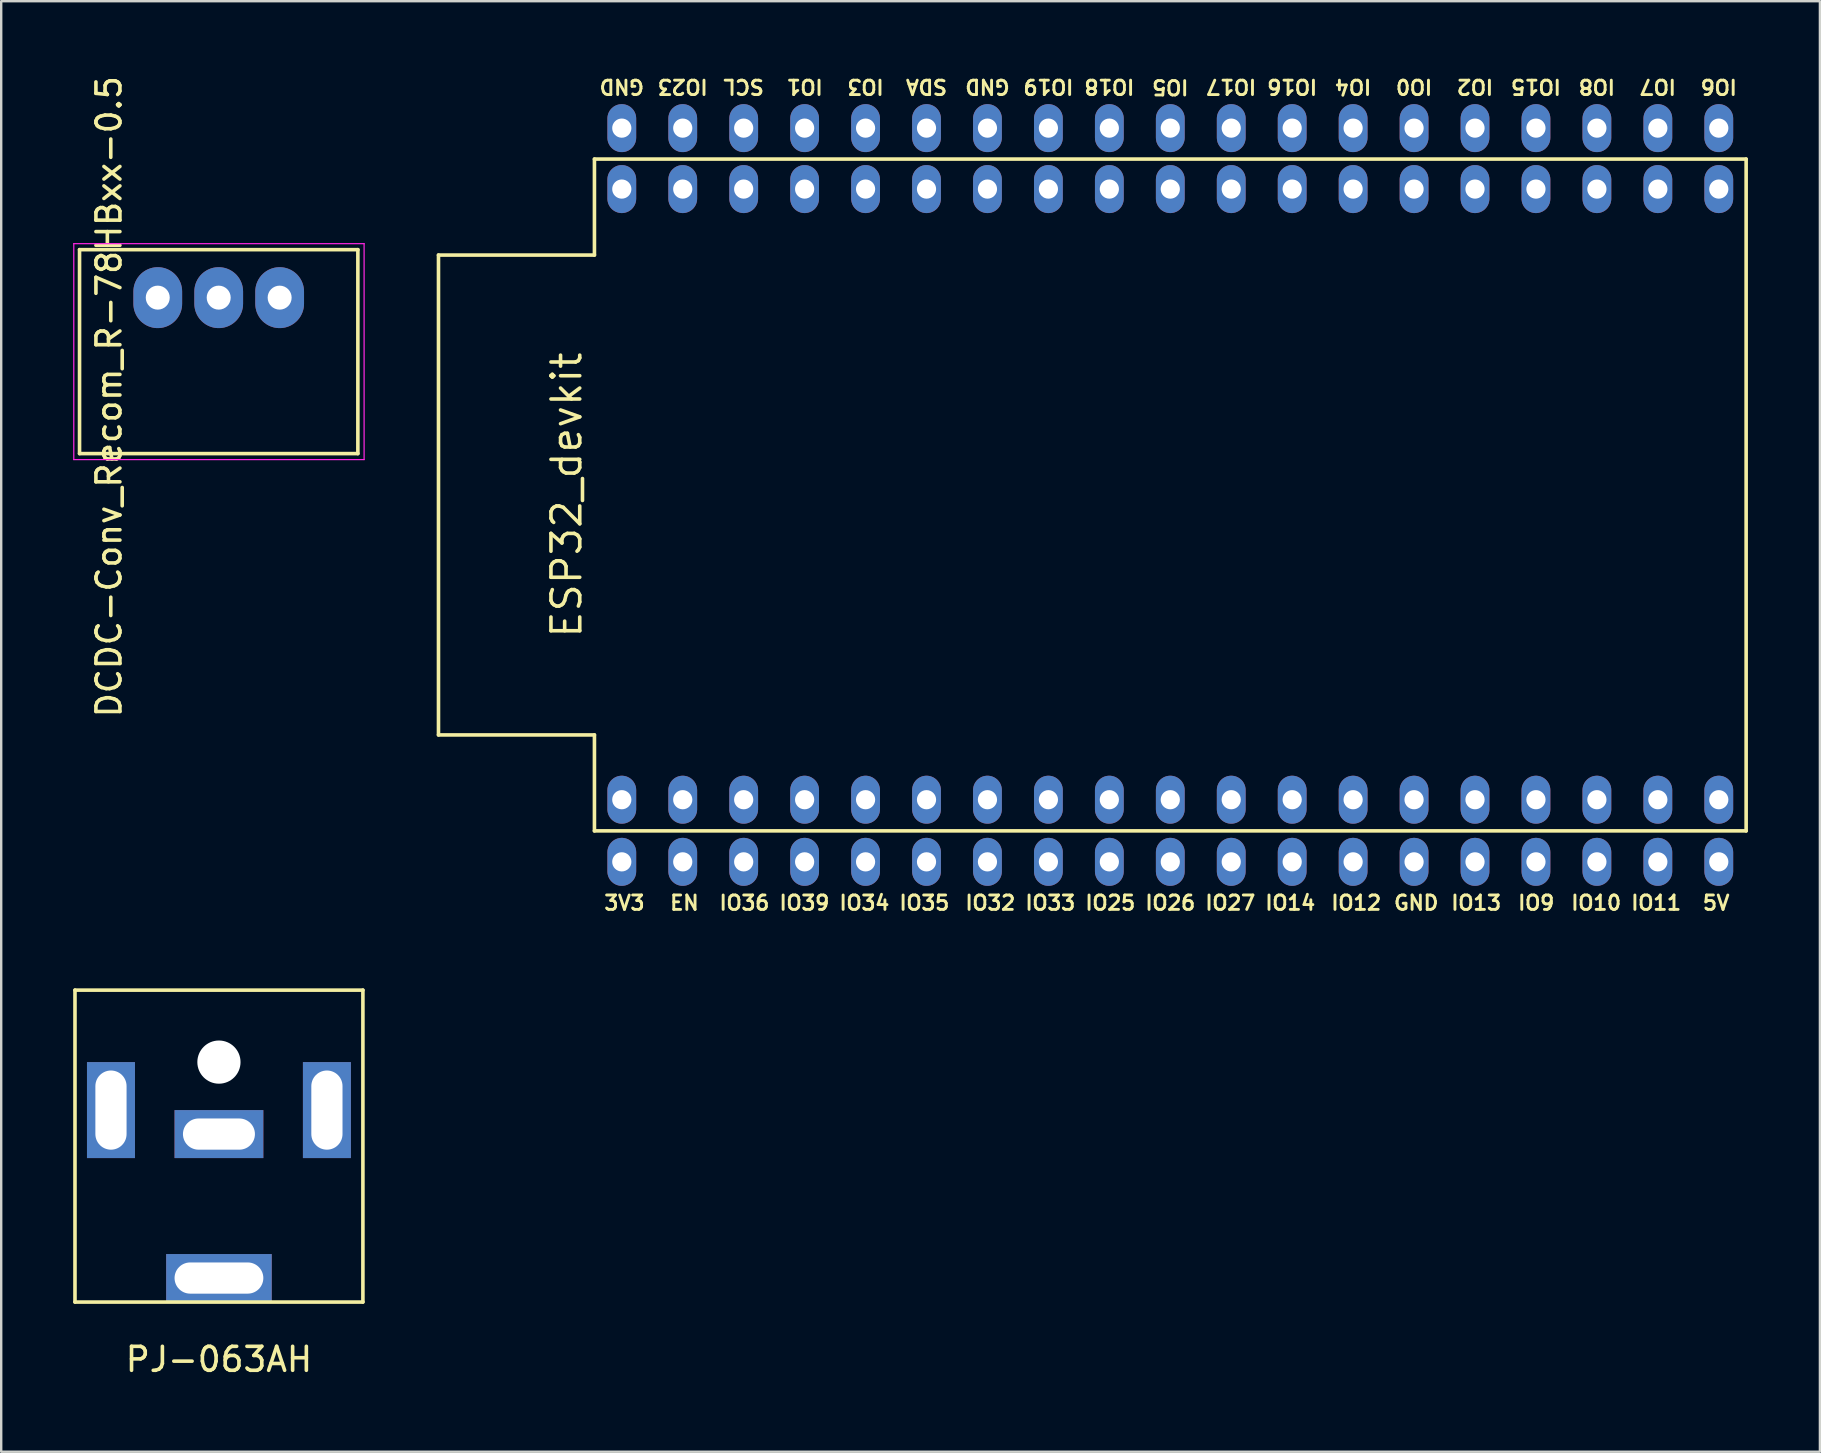
<source format=kicad_pcb>
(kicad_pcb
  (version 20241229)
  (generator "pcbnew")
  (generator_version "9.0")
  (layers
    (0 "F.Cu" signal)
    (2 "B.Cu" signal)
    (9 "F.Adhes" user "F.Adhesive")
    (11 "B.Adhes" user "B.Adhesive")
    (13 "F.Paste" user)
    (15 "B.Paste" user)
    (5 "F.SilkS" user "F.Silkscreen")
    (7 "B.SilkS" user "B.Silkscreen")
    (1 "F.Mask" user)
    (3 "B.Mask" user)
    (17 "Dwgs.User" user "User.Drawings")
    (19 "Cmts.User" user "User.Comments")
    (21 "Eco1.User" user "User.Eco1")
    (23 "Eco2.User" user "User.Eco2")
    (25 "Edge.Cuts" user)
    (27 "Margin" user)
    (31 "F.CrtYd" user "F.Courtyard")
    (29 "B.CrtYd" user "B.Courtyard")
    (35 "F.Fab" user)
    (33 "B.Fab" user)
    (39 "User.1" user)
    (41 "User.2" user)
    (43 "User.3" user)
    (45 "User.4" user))
  (footprint "DCDC-Conv_Recom_R-78HBxx-0.5"
    (layer "F.Cu")
    (at 3.525 9.355)
    (property "Reference" "DCDC-Conv_Recom_R-78HBxx-0.5" (at -2.032 4.128 90) (layer "F.SilkS") (effects (font (size 1 1) (thickness 0.15))))
    (attr through_hole)
    (fp_line (start -3.26 -2) (end 8.34 -2) (stroke (width 0.15) (type solid)) (layer "F.SilkS"))
    (fp_line (start -3.26 6.5) (end -3.26 -2) (stroke (width 0.15) (type solid)) (layer "F.SilkS"))
    (fp_line (start 8.34 -2) (end 8.34 6.5) (stroke (width 0.15) (type solid)) (layer "F.SilkS"))
    (fp_line (start 8.34 6.5) (end -3.26 6.5) (stroke (width 0.15) (type solid)) (layer "F.SilkS"))
    (fp_line (start -3.5 -2.25) (end -3.5 6.75) (stroke (width 0.05) (type solid)) (layer "F.CrtYd"))
    (fp_line (start -3.5 -2.25) (end 8.6 -2.25) (stroke (width 0.05) (type solid)) (layer "F.CrtYd"))
    (fp_line (start -3.5 6.75) (end 8.6 6.75) (stroke (width 0.05) (type solid)) (layer "F.CrtYd"))
    (fp_line (start 8.6 -2.25) (end 8.6 6.75) (stroke (width 0.05) (type solid)) (layer "F.CrtYd"))
    (pad "GND" thru_hole oval (at 2.54 0) (size 2.032 2.54) (drill 1) (layers "*.Cu" "*.Mask"))
    (pad "VI" thru_hole oval (at 0 0) (size 2.032 2.54) (drill 1) (layers "*.Cu" "*.Mask"))
    (pad "VO" thru_hole oval (at 5.08 0) (size 2.032 2.54) (drill 1) (layers "*.Cu" "*.Mask")))
  (footprint "ESP32_devkit"
    (layer "F.Cu")
    (at 45.725 17.58)
    (property "Reference" "ESP32_devkit" (at -25.16 0 90) (layer "F.SilkS") (effects (font (size 1.2 1.2) (thickness 0.15))))
    (attr through_hole)
    (fp_line (start -30.5 -10) (end -30.5 10) (stroke (width 0.15) (type solid)) (layer "F.SilkS"))
    (fp_line (start -30.5 10) (end -24 10) (stroke (width 0.15) (type solid)) (layer "F.SilkS"))
    (fp_line (start -24 -14) (end -24 -10) (stroke (width 0.15) (type solid)) (layer "F.SilkS"))
    (fp_line (start -24 -14) (end 24 -14) (stroke (width 0.15) (type solid)) (layer "F.SilkS"))
    (fp_line (start -24 -10) (end -30.5 -10) (stroke (width 0.15) (type solid)) (layer "F.SilkS"))
    (fp_line (start -24 10) (end -24 14) (stroke (width 0.15) (type solid)) (layer "F.SilkS"))
    (fp_line (start 24 -14) (end 24 14) (stroke (width 0.15) (type solid)) (layer "F.SilkS"))
    (fp_line (start 24 14) (end -24 14) (stroke (width 0.15) (type solid)) (layer "F.SilkS"))
    (fp_text user "IO0" (at 10.16 -17.018 180) (unlocked yes) (layer "F.SilkS") (effects (font (size 0.6 0.6) (thickness 0.12))))
    (fp_text user "IO35" (at -10.25 17 0) (layer "F.SilkS") (effects (font (size 0.6 0.6) (thickness 0.12))))
    (fp_text user "IO26" (at 0 17 0) (layer "F.SilkS") (effects (font (size 0.6 0.6) (thickness 0.12))))
    (fp_text user "IO25" (at -2.5 17 0) (layer "F.SilkS") (effects (font (size 0.6 0.6) (thickness 0.12))))
    (fp_text user "SDA" (at -10.16 -17.018 180) (unlocked yes) (layer "F.SilkS") (effects (font (size 0.6 0.6) (thickness 0.12))))
    (fp_text user "IO36" (at -17.75 17 0) (layer "F.SilkS") (effects (font (size 0.6 0.6) (thickness 0.12))))
    (fp_text user "IO8" (at 17.78 -17.018 180) (unlocked yes) (layer "F.SilkS") (effects (font (size 0.6 0.6) (thickness 0.12))))
    (fp_text user "IO10" (at 17.75 17 0) (layer "F.SilkS") (effects (font (size 0.6 0.6) (thickness 0.12))))
    (fp_text user "3V3" (at -22.75 17 0) (layer "F.SilkS") (effects (font (size 0.6 0.6) (thickness 0.12))))
    (fp_text user "GND" (at -7.62 -17.018 180) (unlocked yes) (layer "F.SilkS") (effects (font (size 0.6 0.6) (thickness 0.12))))
    (fp_text user "IO6" (at 22.86 -17.018 180) (unlocked yes) (layer "F.SilkS") (effects (font (size 0.6 0.6) (thickness 0.12))))
    (fp_text user "IO18" (at -2.54 -17.018 180) (unlocked yes) (layer "F.SilkS") (effects (font (size 0.6 0.6) (thickness 0.12))))
    (fp_text user "IO16" (at 5.08 -17.018 180) (unlocked yes) (layer "F.SilkS") (effects (font (size 0.6 0.6) (thickness 0.12))))
    (fp_text user "IO23" (at -20.32 -17.018 180) (unlocked yes) (layer "F.SilkS") (effects (font (size 0.6 0.6) (thickness 0.12))))
    (fp_text user "IO5" (at 0 -17 180) (unlocked yes) (layer "F.SilkS") (effects (font (size 0.6 0.6) (thickness 0.12))))
    (fp_text user "IO1" (at -15.24 -17.018 180) (unlocked yes) (layer "F.SilkS") (effects (font (size 0.6 0.6) (thickness 0.12))))
    (fp_text user "IO12" (at 7.75 17 0) (layer "F.SilkS") (effects (font (size 0.6 0.6) (thickness 0.12))))
    (fp_text user "IO7" (at 20.32 -17.018 180) (unlocked yes) (layer "F.SilkS") (effects (font (size 0.6 0.6) (thickness 0.12))))
    (fp_text user "GND" (at -22.86 -17.018 180) (unlocked yes) (layer "F.SilkS") (effects (font (size 0.6 0.6) (thickness 0.12))))
    (fp_text user "EN" (at -20.25 17 0) (layer "F.SilkS") (effects (font (size 0.6 0.6) (thickness 0.12))))
    (fp_text user "IO14" (at 5 17 0) (layer "F.SilkS") (effects (font (size 0.6 0.6) (thickness 0.12))))
    (fp_text user "IO9" (at 15.25 17 0) (layer "F.SilkS") (effects (font (size 0.6 0.6) (thickness 0.12))))
    (fp_text user "IO39" (at -15.25 17 0) (layer "F.SilkS") (effects (font (size 0.6 0.6) (thickness 0.12))))
    (fp_text user "IO11" (at 20.25 17 0) (layer "F.SilkS") (effects (font (size 0.6 0.6) (thickness 0.12))))
    (fp_text user "IO4" (at 7.62 -17.018 180) (unlocked yes) (layer "F.SilkS") (effects (font (size 0.6 0.6) (thickness 0.12))))
    (fp_text user "IO27" (at 2.5 17 0) (layer "F.SilkS") (effects (font (size 0.6 0.6) (thickness 0.12))))
    (fp_text user "SCL" (at -17.78 -17.018 180) (unlocked yes) (layer "F.SilkS") (effects (font (size 0.6 0.6) (thickness 0.12))))
    (fp_text user "IO33" (at -5 17 0) (layer "F.SilkS") (effects (font (size 0.6 0.6) (thickness 0.12))))
    (fp_text user "IO32" (at -7.5 17 0) (layer "F.SilkS") (effects (font (size 0.6 0.6) (thickness 0.12))))
    (fp_text user "IO15" (at 15.24 -17.018 180) (unlocked yes) (layer "F.SilkS") (effects (font (size 0.6 0.6) (thickness 0.12))))
    (fp_text user "IO17" (at 2.54 -17.018 180) (unlocked yes) (layer "F.SilkS") (effects (font (size 0.6 0.6) (thickness 0.12))))
    (fp_text user "IO2" (at 12.7 -17.018 180) (unlocked yes) (layer "F.SilkS") (effects (font (size 0.6 0.6) (thickness 0.12))))
    (fp_text user "IO34" (at -12.75 17 0) (layer "F.SilkS") (effects (font (size 0.6 0.6) (thickness 0.12))))
    (fp_text user "IO13" (at 12.75 17 0) (layer "F.SilkS") (effects (font (size 0.6 0.6) (thickness 0.12))))
    (fp_text user "5V" (at 22.75 17 0) (layer "F.SilkS") (effects (font (size 0.6 0.6) (thickness 0.12))))
    (fp_text user "IO3" (at -12.7 -17.018 180) (unlocked yes) (layer "F.SilkS") (effects (font (size 0.6 0.6) (thickness 0.12))))
    (fp_text user "IO19" (at -5.08 -17.018 180) (unlocked yes) (layer "F.SilkS") (effects (font (size 0.6 0.6) (thickness 0.12))))
    (fp_text user "GND" (at 10.25 17 0) (layer "F.SilkS") (effects (font (size 0.6 0.6) (thickness 0.12))))
    (pad "1" thru_hole oval (at -22.86 12.7) (size 1.2 2) (drill 0.8) (layers "*.Cu" "*.Mask"))
    (pad "1" thru_hole oval (at -22.86 15.29) (size 1.2 2) (drill 0.8) (layers "*.Cu" "*.Mask"))
    (pad "2" thru_hole oval (at -20.32 12.7) (size 1.2 2) (drill 0.8) (layers "*.Cu" "*.Mask"))
    (pad "2" thru_hole oval (at -20.32 15.29) (size 1.2 2) (drill 0.8) (layers "*.Cu" "*.Mask"))
    (pad "3" thru_hole oval (at -17.78 12.7) (size 1.2 2) (drill 0.8) (layers "*.Cu" "*.Mask"))
    (pad "3" thru_hole oval (at -17.78 15.29) (size 1.2 2) (drill 0.8) (layers "*.Cu" "*.Mask"))
    (pad "4" thru_hole oval (at -15.24 12.7) (size 1.2 2) (drill 0.8) (layers "*.Cu" "*.Mask"))
    (pad "4" thru_hole oval (at -15.24 15.29) (size 1.2 2) (drill 0.8) (layers "*.Cu" "*.Mask"))
    (pad "5" thru_hole oval (at -12.7 12.7) (size 1.2 2) (drill 0.8) (layers "*.Cu" "*.Mask"))
    (pad "5" thru_hole oval (at -12.7 15.29) (size 1.2 2) (drill 0.8) (layers "*.Cu" "*.Mask"))
    (pad "6" thru_hole oval (at -10.16 12.7) (size 1.2 2) (drill 0.8) (layers "*.Cu" "*.Mask"))
    (pad "6" thru_hole oval (at -10.16 15.29) (size 1.2 2) (drill 0.8) (layers "*.Cu" "*.Mask"))
    (pad "7" thru_hole oval (at -7.62 12.7) (size 1.2 2) (drill 0.8) (layers "*.Cu" "*.Mask"))
    (pad "7" thru_hole oval (at -7.62 15.29) (size 1.2 2) (drill 0.8) (layers "*.Cu" "*.Mask"))
    (pad "8" thru_hole oval (at -5.08 12.7) (size 1.2 2) (drill 0.8) (layers "*.Cu" "*.Mask"))
    (pad "8" thru_hole oval (at -5.08 15.29) (size 1.2 2) (drill 0.8) (layers "*.Cu" "*.Mask"))
    (pad "9" thru_hole oval (at -2.54 12.7) (size 1.2 2) (drill 0.8) (layers "*.Cu" "*.Mask"))
    (pad "9" thru_hole oval (at -2.54 15.29) (size 1.2 2) (drill 0.8) (layers "*.Cu" "*.Mask"))
    (pad "10" thru_hole oval (at 0 12.7) (size 1.2 2) (drill 0.8) (layers "*.Cu" "*.Mask"))
    (pad "10" thru_hole oval (at 0 15.29) (size 1.2 2) (drill 0.8) (layers "*.Cu" "*.Mask"))
    (pad "11" thru_hole oval (at 2.54 12.7) (size 1.2 2) (drill 0.8) (layers "*.Cu" "*.Mask"))
    (pad "11" thru_hole oval (at 2.54 15.29) (size 1.2 2) (drill 0.8) (layers "*.Cu" "*.Mask"))
    (pad "12" thru_hole oval (at 5.08 12.7) (size 1.2 2) (drill 0.8) (layers "*.Cu" "*.Mask"))
    (pad "12" thru_hole oval (at 5.08 15.29) (size 1.2 2) (drill 0.8) (layers "*.Cu" "*.Mask"))
    (pad "13" thru_hole oval (at 7.62 12.7) (size 1.2 2) (drill 0.8) (layers "*.Cu" "*.Mask"))
    (pad "13" thru_hole oval (at 7.62 15.29) (size 1.2 2) (drill 0.8) (layers "*.Cu" "*.Mask"))
    (pad "14" thru_hole oval (at 10.16 12.7) (size 1.2 2) (drill 0.8) (layers "*.Cu" "*.Mask"))
    (pad "14" thru_hole oval (at 10.16 15.29) (size 1.2 2) (drill 0.8) (layers "*.Cu" "*.Mask"))
    (pad "15" thru_hole oval (at 12.7 12.7) (size 1.2 2) (drill 0.8) (layers "*.Cu" "*.Mask"))
    (pad "15" thru_hole oval (at 12.7 15.29) (size 1.2 2) (drill 0.8) (layers "*.Cu" "*.Mask"))
    (pad "16" thru_hole oval (at 15.24 12.7) (size 1.2 2) (drill 0.8) (layers "*.Cu" "*.Mask"))
    (pad "16" thru_hole oval (at 15.24 15.29) (size 1.2 2) (drill 0.8) (layers "*.Cu" "*.Mask"))
    (pad "17" thru_hole oval (at 17.78 12.7) (size 1.2 2) (drill 0.8) (layers "*.Cu" "*.Mask"))
    (pad "17" thru_hole oval (at 17.78 15.29) (size 1.2 2) (drill 0.8) (layers "*.Cu" "*.Mask"))
    (pad "18" thru_hole oval (at 20.32 12.7) (size 1.2 2) (drill 0.8) (layers "*.Cu" "*.Mask"))
    (pad "18" thru_hole oval (at 20.32 15.29) (size 1.2 2) (drill 0.8) (layers "*.Cu" "*.Mask"))
    (pad "19" thru_hole oval (at 22.86 12.7) (size 1.2 2) (drill 0.8) (layers "*.Cu" "*.Mask"))
    (pad "19" thru_hole oval (at 22.86 15.29) (size 1.2 2) (drill 0.8) (layers "*.Cu" "*.Mask"))
    (pad "20" thru_hole oval (at 22.86 -15.29) (size 1.2 2) (drill 0.8) (layers "*.Cu" "*.Mask"))
    (pad "20" thru_hole oval (at 22.86 -12.75) (size 1.2 2) (drill 0.8) (layers "*.Cu" "*.Mask"))
    (pad "21" thru_hole oval (at 20.32 -15.29) (size 1.2 2) (drill 0.8) (layers "*.Cu" "*.Mask"))
    (pad "21" thru_hole oval (at 20.32 -12.75) (size 1.2 2) (drill 0.8) (layers "*.Cu" "*.Mask"))
    (pad "22" thru_hole oval (at 17.78 -15.29) (size 1.2 2) (drill 0.8) (layers "*.Cu" "*.Mask"))
    (pad "22" thru_hole oval (at 17.78 -12.75) (size 1.2 2) (drill 0.8) (layers "*.Cu" "*.Mask"))
    (pad "23" thru_hole oval (at 15.24 -15.29) (size 1.2 2) (drill 0.8) (layers "*.Cu" "*.Mask"))
    (pad "23" thru_hole oval (at 15.24 -12.75) (size 1.2 2) (drill 0.8) (layers "*.Cu" "*.Mask"))
    (pad "24" thru_hole oval (at 12.7 -15.29) (size 1.2 2) (drill 0.8) (layers "*.Cu" "*.Mask"))
    (pad "24" thru_hole oval (at 12.7 -12.75) (size 1.2 2) (drill 0.8) (layers "*.Cu" "*.Mask"))
    (pad "25" thru_hole oval (at 10.16 -15.29) (size 1.2 2) (drill 0.8) (layers "*.Cu" "*.Mask"))
    (pad "25" thru_hole oval (at 10.16 -12.75) (size 1.2 2) (drill 0.8) (layers "*.Cu" "*.Mask"))
    (pad "26" thru_hole oval (at 7.62 -15.29) (size 1.2 2) (drill 0.8) (layers "*.Cu" "*.Mask"))
    (pad "26" thru_hole oval (at 7.62 -12.75) (size 1.2 2) (drill 0.8) (layers "*.Cu" "*.Mask"))
    (pad "27" thru_hole oval (at 5.08 -15.29) (size 1.2 2) (drill 0.8) (layers "*.Cu" "*.Mask"))
    (pad "27" thru_hole oval (at 5.08 -12.75) (size 1.2 2) (drill 0.8) (layers "*.Cu" "*.Mask"))
    (pad "28" thru_hole oval (at 2.54 -15.29) (size 1.2 2) (drill 0.8) (layers "*.Cu" "*.Mask"))
    (pad "28" thru_hole oval (at 2.54 -12.75) (size 1.2 2) (drill 0.8) (layers "*.Cu" "*.Mask"))
    (pad "29" thru_hole oval (at 0 -15.29) (size 1.2 2) (drill 0.8) (layers "*.Cu" "*.Mask"))
    (pad "29" thru_hole oval (at 0 -12.75) (size 1.2 2) (drill 0.8) (layers "*.Cu" "*.Mask"))
    (pad "30" thru_hole oval (at -2.54 -15.29) (size 1.2 2) (drill 0.8) (layers "*.Cu" "*.Mask"))
    (pad "30" thru_hole oval (at -2.54 -12.75) (size 1.2 2) (drill 0.8) (layers "*.Cu" "*.Mask"))
    (pad "31" thru_hole oval (at -5.08 -15.29) (size 1.2 2) (drill 0.8) (layers "*.Cu" "*.Mask"))
    (pad "31" thru_hole oval (at -5.08 -12.75) (size 1.2 2) (drill 0.8) (layers "*.Cu" "*.Mask"))
    (pad "32" thru_hole oval (at -7.62 -15.29) (size 1.2 2) (drill 0.8) (layers "*.Cu" "*.Mask"))
    (pad "32" thru_hole oval (at -7.62 -12.75) (size 1.2 2) (drill 0.8) (layers "*.Cu" "*.Mask"))
    (pad "33" thru_hole oval (at -10.16 -15.29) (size 1.2 2) (drill 0.8) (layers "*.Cu" "*.Mask"))
    (pad "33" thru_hole oval (at -10.16 -12.75) (size 1.2 2) (drill 0.8) (layers "*.Cu" "*.Mask"))
    (pad "34" thru_hole oval (at -12.7 -15.29) (size 1.2 2) (drill 0.8) (layers "*.Cu" "*.Mask"))
    (pad "34" thru_hole oval (at -12.7 -12.75) (size 1.2 2) (drill 0.8) (layers "*.Cu" "*.Mask"))
    (pad "35" thru_hole oval (at -15.24 -15.29) (size 1.2 2) (drill 0.8) (layers "*.Cu" "*.Mask"))
    (pad "35" thru_hole oval (at -15.24 -12.75) (size 1.2 2) (drill 0.8) (layers "*.Cu" "*.Mask"))
    (pad "36" thru_hole oval (at -17.78 -15.29) (size 1.2 2) (drill 0.8) (layers "*.Cu" "*.Mask"))
    (pad "36" thru_hole oval (at -17.78 -12.75) (size 1.2 2) (drill 0.8) (layers "*.Cu" "*.Mask"))
    (pad "37" thru_hole oval (at -20.32 -15.29) (size 1.2 2) (drill 0.8) (layers "*.Cu" "*.Mask"))
    (pad "37" thru_hole oval (at -20.32 -12.75) (size 1.2 2) (drill 0.8) (layers "*.Cu" "*.Mask"))
    (pad "38" thru_hole oval (at -22.86 -15.29) (size 1.2 2) (drill 0.8) (layers "*.Cu" "*.Mask"))
    (pad "38" thru_hole oval (at -22.86 -12.75) (size 1.2 2) (drill 0.8) (layers "*.Cu" "*.Mask")))
  (footprint "PJ-063AH"
    (layer "F.Cu")
    (at 6.075 44.216)
    (property "Reference" "PJ-063AH" (at 0 9.39 0) (layer "F.SilkS") (effects (font (size 1 1) (thickness 0.15))))
    (attr through_hole)
    (fp_line (start -6 -6) (end 6 -6) (stroke (width 0.15) (type solid)) (layer "F.SilkS"))
    (fp_line (start -6 7) (end -6 -6) (stroke (width 0.15) (type solid)) (layer "F.SilkS"))
    (fp_line (start 6 -6) (end 6 7) (stroke (width 0.15) (type solid)) (layer "F.SilkS"))
    (fp_line (start 6 7) (end -6 7) (stroke (width 0.15) (type solid)) (layer "F.SilkS"))
    (pad "" thru_hole rect (at -4.5 -1) (size 2 4) (drill oval 1.3 3.3) (layers "*.Cu" "*.Mask"))
    (pad "" np_thru_hole circle (at 0 -3) (size 1.8 1.8) (drill 1.8) (layers "*.Cu" "*.Mask"))
    (pad "" thru_hole rect (at 4.5 -1) (size 2 4) (drill oval 1.3 3.3) (layers "*.Cu" "*.Mask"))
    (pad "1" thru_hole rect (at 0 6) (size 4.4 2) (drill oval 3.7 1.3) (layers "*.Cu" "*.Mask"))
    (pad "2" thru_hole rect (at 0 0) (size 3.7 2) (drill oval 3 1.3) (layers "*.Cu" "*.Mask")))
  (gr_rect
    (start -3 -3)
    (end 72.8 57.454)
    (stroke (width 0.1) (type default))
    (fill no)
    (layer "Edge.Cuts")))
</source>
